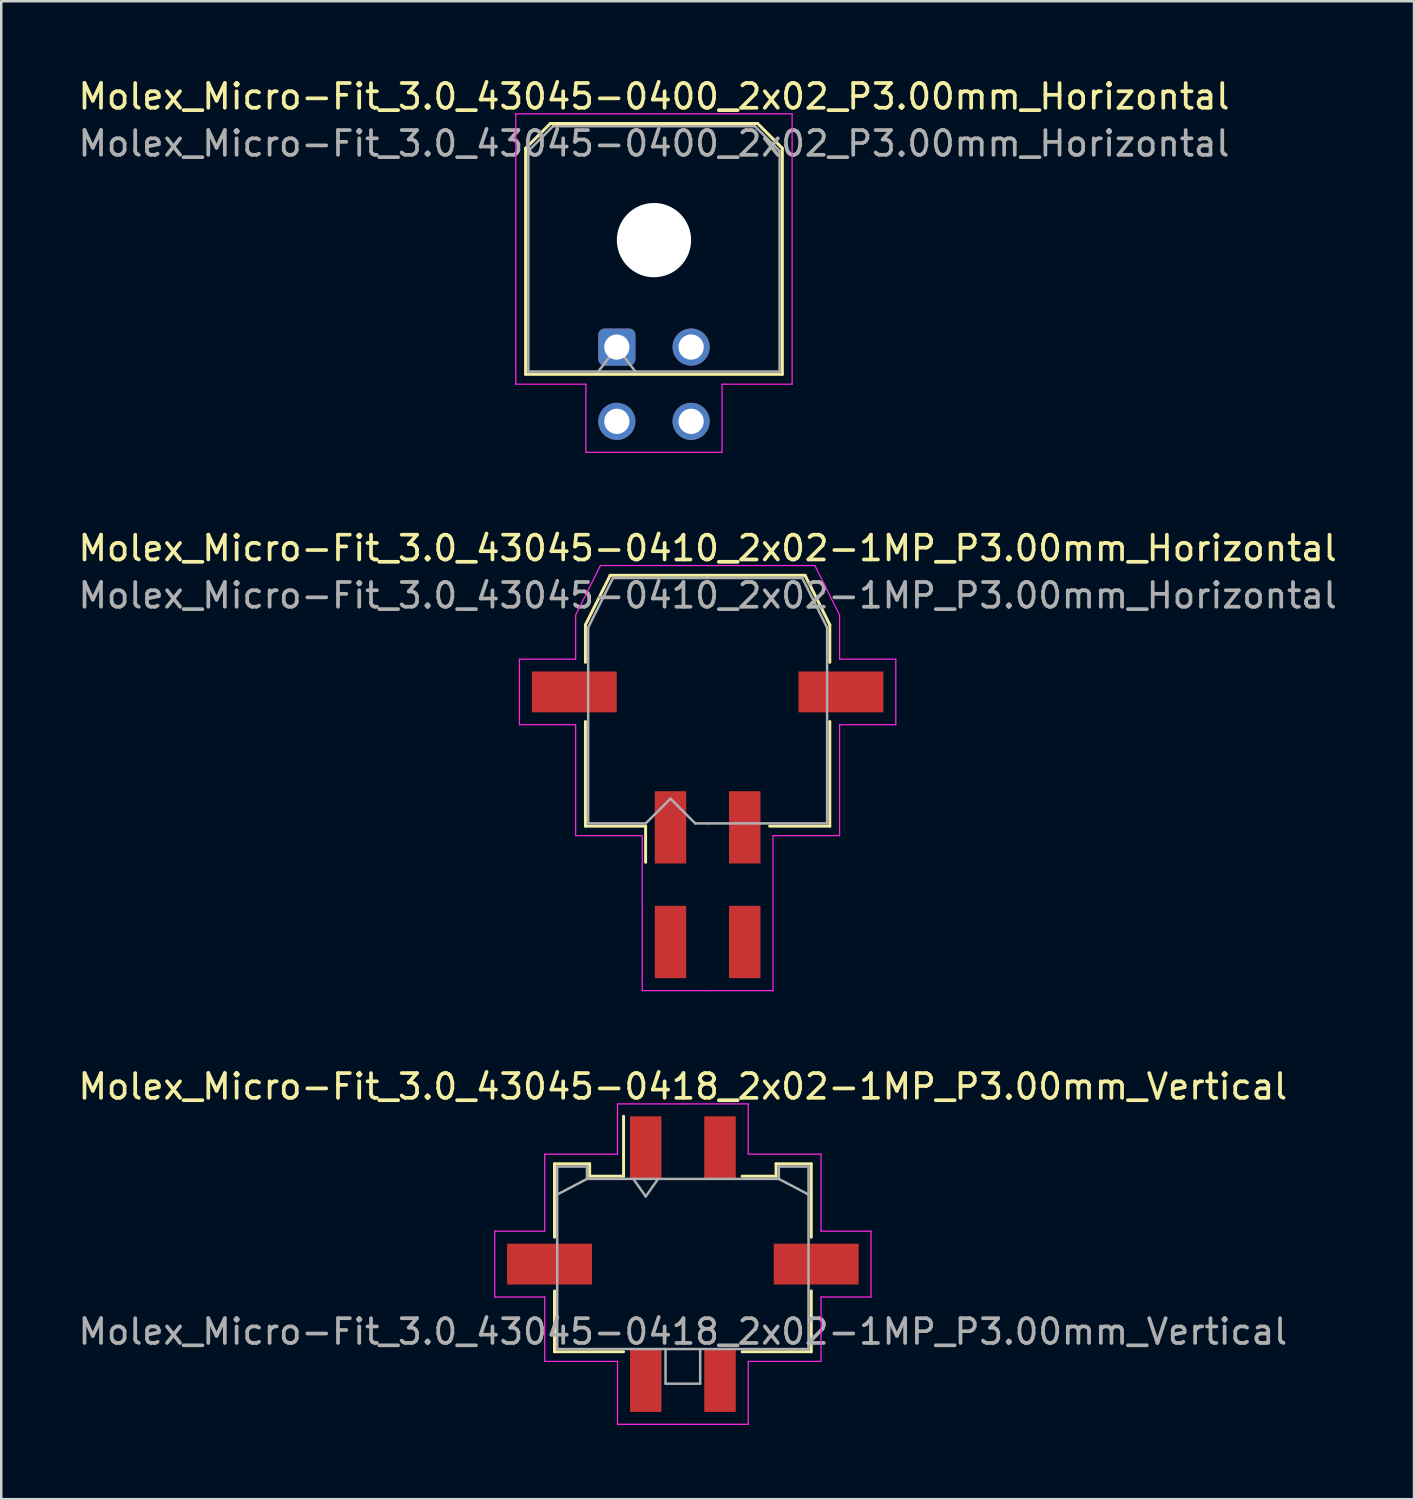
<source format=kicad_pcb>
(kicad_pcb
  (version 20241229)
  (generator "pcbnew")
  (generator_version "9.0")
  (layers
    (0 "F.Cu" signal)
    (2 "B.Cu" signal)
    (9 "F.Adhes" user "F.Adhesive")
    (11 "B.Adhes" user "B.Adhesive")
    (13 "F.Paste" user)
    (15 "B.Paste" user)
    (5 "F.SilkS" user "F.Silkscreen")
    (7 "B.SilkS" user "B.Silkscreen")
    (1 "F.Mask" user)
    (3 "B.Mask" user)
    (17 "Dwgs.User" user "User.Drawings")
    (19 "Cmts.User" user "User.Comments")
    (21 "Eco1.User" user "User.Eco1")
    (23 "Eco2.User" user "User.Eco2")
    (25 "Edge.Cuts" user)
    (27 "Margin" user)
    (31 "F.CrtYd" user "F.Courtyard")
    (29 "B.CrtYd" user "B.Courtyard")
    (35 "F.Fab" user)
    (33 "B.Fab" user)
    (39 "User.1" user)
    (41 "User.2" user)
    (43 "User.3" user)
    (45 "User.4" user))
  (footprint "Molex_Micro-Fit_3.0_43045-0400_2x02_P3.00mm_Horizontal"
    (layer "F.Cu")
    (at 21.863 10.968)
    (property "Reference" "Molex_Micro-Fit_3.0_43045-0400_2x02_P3.00mm_Horizontal" (at 1.5 -10.12 0) (layer "F.SilkS") (effects (font (size 1 1) (thickness 0.15))))
    (attr through_hole)
    (fp_line (start -3.685 -8.03) (end -2.685 -9.03) (stroke (width 0.12) (type solid)) (layer "F.SilkS"))
    (fp_line (start -3.685 1.1) (end -3.685 -8.03) (stroke (width 0.12) (type solid)) (layer "F.SilkS"))
    (fp_line (start -2.685 -9.03) (end 5.685 -9.03) (stroke (width 0.12) (type solid)) (layer "F.SilkS"))
    (fp_line (start 5.685 -9.03) (end 6.685 -8.03) (stroke (width 0.12) (type solid)) (layer "F.SilkS"))
    (fp_line (start 6.685 -8.03) (end 6.685 1.1) (stroke (width 0.12) (type solid)) (layer "F.SilkS"))
    (fp_line (start 6.685 1.1) (end -3.685 1.1) (stroke (width 0.12) (type solid)) (layer "F.SilkS"))
    (fp_line (start -4.08 -9.42) (end 7.08 -9.42) (stroke (width 0.05) (type solid)) (layer "F.CrtYd"))
    (fp_line (start -4.08 1.5) (end -4.08 -9.42) (stroke (width 0.05) (type solid)) (layer "F.CrtYd"))
    (fp_line (start -1.25 1.5) (end -4.08 1.5) (stroke (width 0.05) (type solid)) (layer "F.CrtYd"))
    (fp_line (start -1.25 4.25) (end -1.25 1.5) (stroke (width 0.05) (type solid)) (layer "F.CrtYd"))
    (fp_line (start 4.25 1.5) (end 4.25 4.25) (stroke (width 0.05) (type solid)) (layer "F.CrtYd"))
    (fp_line (start 4.25 4.25) (end -1.25 4.25) (stroke (width 0.05) (type solid)) (layer "F.CrtYd"))
    (fp_line (start 7.08 -9.42) (end 7.08 1.5) (stroke (width 0.05) (type solid)) (layer "F.CrtYd"))
    (fp_line (start 7.08 1.5) (end 4.25 1.5) (stroke (width 0.05) (type solid)) (layer "F.CrtYd"))
    (fp_line (start -3.575 -7.92) (end -2.575 -8.92) (stroke (width 0.1) (type solid)) (layer "F.Fab"))
    (fp_line (start -3.575 0.99) (end -3.575 -7.92) (stroke (width 0.1) (type solid)) (layer "F.Fab"))
    (fp_line (start -2.575 -8.92) (end 5.575 -8.92) (stroke (width 0.1) (type solid)) (layer "F.Fab"))
    (fp_line (start -0.75 0.99) (end 0 0) (stroke (width 0.1) (type solid)) (layer "F.Fab"))
    (fp_line (start 0 0) (end 0.75 0.99) (stroke (width 0.1) (type solid)) (layer "F.Fab"))
    (fp_line (start 5.575 -8.92) (end 6.575 -7.92) (stroke (width 0.1) (type solid)) (layer "F.Fab"))
    (fp_line (start 6.575 -7.92) (end 6.575 0.99) (stroke (width 0.1) (type solid)) (layer "F.Fab"))
    (fp_line (start 6.575 0.99) (end -3.575 0.99) (stroke (width 0.1) (type solid)) (layer "F.Fab"))
    (fp_text user "${REFERENCE}" (at 1.5 -8.22 0) (layer "F.Fab") (effects (font (size 1 1) (thickness 0.15))))
    (pad "" np_thru_hole circle (at 1.5 -4.32) (size 3 3) (drill 3) (layers "*.Cu" "*.Mask"))
    (pad "1" thru_hole roundrect (at 0 0) (size 1.5 1.5) (drill 1.02) (layers "*.Cu" "*.Mask") (roundrect_rratio 0.167))
    (pad "2" thru_hole circle (at 3 0) (size 1.5 1.5) (drill 1.02) (layers "*.Cu" "*.Mask"))
    (pad "3" thru_hole circle (at 0 3) (size 1.5 1.5) (drill 1.02) (layers "*.Cu" "*.Mask"))
    (pad "4" thru_hole circle (at 3 3) (size 1.5 1.5) (drill 1.02) (layers "*.Cu" "*.Mask")))
  (footprint "Molex_Micro-Fit_3.0_43045-0410_2x02-1MP_P3.00mm_Horizontal"
    (layer "F.Cu")
    (at 25.53 32.681)
    (property "Reference" "Molex_Micro-Fit_3.0_43045-0410_2x02-1MP_P3.00mm_Horizontal" (at 0 -13.59 0) (layer "F.SilkS") (effects (font (size 1 1) (thickness 0.15))))
    (attr smd)
    (fp_line (start -4.935 -10.495) (end -4.935 -8.98) (stroke (width 0.12) (type solid)) (layer "F.SilkS"))
    (fp_line (start -4.935 -6.59) (end -4.935 -2.365) (stroke (width 0.12) (type solid)) (layer "F.SilkS"))
    (fp_line (start -4.935 -2.365) (end -2.505 -2.365) (stroke (width 0.12) (type solid)) (layer "F.SilkS"))
    (fp_line (start -3.935 -12.495) (end -4.935 -10.495) (stroke (width 0.12) (type solid)) (layer "F.SilkS"))
    (fp_line (start -2.505 -2.365) (end -2.505 -0.905) (stroke (width 0.12) (type solid)) (layer "F.SilkS"))
    (fp_line (start 0 -12.495) (end -3.935 -12.495) (stroke (width 0.12) (type solid)) (layer "F.SilkS"))
    (fp_line (start 0 -12.495) (end 3.935 -12.495) (stroke (width 0.12) (type solid)) (layer "F.SilkS"))
    (fp_line (start 3.935 -12.495) (end 4.935 -10.495) (stroke (width 0.12) (type solid)) (layer "F.SilkS"))
    (fp_line (start 4.935 -10.495) (end 4.935 -8.98) (stroke (width 0.12) (type solid)) (layer "F.SilkS"))
    (fp_line (start 4.935 -6.59) (end 4.935 -2.365) (stroke (width 0.12) (type solid)) (layer "F.SilkS"))
    (fp_line (start 4.935 -2.365) (end 2.505 -2.365) (stroke (width 0.12) (type solid)) (layer "F.SilkS"))
    (fp_line (start -7.6 -9.11) (end -7.6 -6.46) (stroke (width 0.05) (type solid)) (layer "F.CrtYd"))
    (fp_line (start -7.6 -6.46) (end -5.33 -6.46) (stroke (width 0.05) (type solid)) (layer "F.CrtYd"))
    (fp_line (start -5.33 -10.89) (end -5.33 -9.11) (stroke (width 0.05) (type solid)) (layer "F.CrtYd"))
    (fp_line (start -5.33 -9.11) (end -7.6 -9.11) (stroke (width 0.05) (type solid)) (layer "F.CrtYd"))
    (fp_line (start -5.33 -6.46) (end -5.33 -1.98) (stroke (width 0.05) (type solid)) (layer "F.CrtYd"))
    (fp_line (start -5.33 -1.98) (end -2.64 -1.98) (stroke (width 0.05) (type solid)) (layer "F.CrtYd"))
    (fp_line (start -4.33 -12.89) (end -5.33 -10.89) (stroke (width 0.05) (type solid)) (layer "F.CrtYd"))
    (fp_line (start -2.64 -1.98) (end -2.64 4.28) (stroke (width 0.05) (type solid)) (layer "F.CrtYd"))
    (fp_line (start -2.64 4.28) (end 0 4.28) (stroke (width 0.05) (type solid)) (layer "F.CrtYd"))
    (fp_line (start 0 -12.89) (end -4.33 -12.89) (stroke (width 0.05) (type solid)) (layer "F.CrtYd"))
    (fp_line (start 0 -12.89) (end 4.33 -12.89) (stroke (width 0.05) (type solid)) (layer "F.CrtYd"))
    (fp_line (start 2.64 -1.98) (end 2.64 4.28) (stroke (width 0.05) (type solid)) (layer "F.CrtYd"))
    (fp_line (start 2.64 4.28) (end 0 4.28) (stroke (width 0.05) (type solid)) (layer "F.CrtYd"))
    (fp_line (start 4.33 -12.89) (end 5.33 -10.89) (stroke (width 0.05) (type solid)) (layer "F.CrtYd"))
    (fp_line (start 5.33 -10.89) (end 5.33 -9.11) (stroke (width 0.05) (type solid)) (layer "F.CrtYd"))
    (fp_line (start 5.33 -9.11) (end 7.6 -9.11) (stroke (width 0.05) (type solid)) (layer "F.CrtYd"))
    (fp_line (start 5.33 -6.46) (end 5.33 -1.98) (stroke (width 0.05) (type solid)) (layer "F.CrtYd"))
    (fp_line (start 5.33 -1.98) (end 2.64 -1.98) (stroke (width 0.05) (type solid)) (layer "F.CrtYd"))
    (fp_line (start 7.6 -9.11) (end 7.6 -6.46) (stroke (width 0.05) (type solid)) (layer "F.CrtYd"))
    (fp_line (start 7.6 -6.46) (end 5.33 -6.46) (stroke (width 0.05) (type solid)) (layer "F.CrtYd"))
    (fp_line (start -4.825 -10.385) (end -4.825 -8.61) (stroke (width 0.1) (type solid)) (layer "F.Fab"))
    (fp_line (start -4.825 -8.61) (end -4.825 -2.475) (stroke (width 0.1) (type solid)) (layer "F.Fab"))
    (fp_line (start -4.825 -2.475) (end -2.5 -2.475) (stroke (width 0.1) (type solid)) (layer "F.Fab"))
    (fp_line (start -3.825 -12.385) (end -4.825 -10.385) (stroke (width 0.1) (type solid)) (layer "F.Fab"))
    (fp_line (start -2.5 -2.475) (end -1.5 -3.475) (stroke (width 0.1) (type solid)) (layer "F.Fab"))
    (fp_line (start -1.5 -3.475) (end -0.5 -2.475) (stroke (width 0.1) (type solid)) (layer "F.Fab"))
    (fp_line (start -0.5 -2.475) (end 0 -2.475) (stroke (width 0.1) (type solid)) (layer "F.Fab"))
    (fp_line (start 0 -12.385) (end -3.825 -12.385) (stroke (width 0.1) (type solid)) (layer "F.Fab"))
    (fp_line (start 0 -12.385) (end 3.825 -12.385) (stroke (width 0.1) (type solid)) (layer "F.Fab"))
    (fp_line (start 2.135 -2.475) (end 0 -2.475) (stroke (width 0.1) (type solid)) (layer "F.Fab"))
    (fp_line (start 3.825 -12.385) (end 4.825 -10.385) (stroke (width 0.1) (type solid)) (layer "F.Fab"))
    (fp_line (start 4.825 -10.385) (end 4.825 -8.61) (stroke (width 0.1) (type solid)) (layer "F.Fab"))
    (fp_line (start 4.825 -8.61) (end 4.825 -2.475) (stroke (width 0.1) (type solid)) (layer "F.Fab"))
    (fp_line (start 4.825 -2.475) (end 2.135 -2.475) (stroke (width 0.1) (type solid)) (layer "F.Fab"))
    (fp_text user "${REFERENCE}" (at 0 -11.68 0) (layer "F.Fab") (effects (font (size 1 1) (thickness 0.15))))
    (pad "1" smd rect (at -1.5 -2.315) (size 1.27 2.92) (layers "F.Cu" "F.Mask" "F.Paste"))
    (pad "2" smd rect (at 1.5 -2.315) (size 1.27 2.92) (layers "F.Cu" "F.Mask" "F.Paste"))
    (pad "3" smd rect (at -1.5 2.315) (size 1.27 2.92) (layers "F.Cu" "F.Mask" "F.Paste"))
    (pad "4" smd rect (at 1.5 2.315) (size 1.27 2.92) (layers "F.Cu" "F.Mask" "F.Paste"))
    (pad "MP" smd rect (at -5.385 -7.785) (size 3.43 1.65) (layers "F.Cu" "F.Mask" "F.Paste"))
    (pad "MP" smd rect (at 5.385 -7.785) (size 3.43 1.65) (layers "F.Cu" "F.Mask" "F.Paste")))
  (footprint "Molex_Micro-Fit_3.0_43045-0418_2x02-1MP_P3.00mm_Vertical"
    (layer "F.Cu")
    (at 24.53 48.005)
    (property "Reference" "Molex_Micro-Fit_3.0_43045-0418_2x02-1MP_P3.00mm_Vertical" (at 0 -7.17 0) (layer "F.SilkS") (effects (font (size 1 1) (thickness 0.15))))
    (attr smd)
    (fp_line (start -5.185 -4.05) (end -3.765 -4.05) (stroke (width 0.12) (type solid)) (layer "F.SilkS"))
    (fp_line (start -5.185 -1.085) (end -5.185 -4.05) (stroke (width 0.12) (type solid)) (layer "F.SilkS"))
    (fp_line (start -5.185 1.085) (end -5.185 3.54) (stroke (width 0.12) (type solid)) (layer "F.SilkS"))
    (fp_line (start -5.185 3.54) (end -2.395 3.54) (stroke (width 0.12) (type solid)) (layer "F.SilkS"))
    (fp_line (start -3.765 -4.05) (end -3.765 -3.55) (stroke (width 0.12) (type solid)) (layer "F.SilkS"))
    (fp_line (start -3.765 -3.55) (end -2.395 -3.55) (stroke (width 0.12) (type solid)) (layer "F.SilkS"))
    (fp_line (start -2.395 -3.55) (end -2.395 -5.97) (stroke (width 0.12) (type solid)) (layer "F.SilkS"))
    (fp_line (start 3.765 -4.05) (end 3.765 -3.55) (stroke (width 0.12) (type solid)) (layer "F.SilkS"))
    (fp_line (start 3.765 -3.55) (end 2.395 -3.55) (stroke (width 0.12) (type solid)) (layer "F.SilkS"))
    (fp_line (start 5.185 -4.05) (end 3.765 -4.05) (stroke (width 0.12) (type solid)) (layer "F.SilkS"))
    (fp_line (start 5.185 -1.085) (end 5.185 -4.05) (stroke (width 0.12) (type solid)) (layer "F.SilkS"))
    (fp_line (start 5.185 1.085) (end 5.185 3.54) (stroke (width 0.12) (type solid)) (layer "F.SilkS"))
    (fp_line (start 5.185 3.54) (end 2.395 3.54) (stroke (width 0.12) (type solid)) (layer "F.SilkS"))
    (fp_line (start -7.6 -1.33) (end -7.6 1.33) (stroke (width 0.05) (type solid)) (layer "F.CrtYd"))
    (fp_line (start -7.6 1.33) (end -5.58 1.33) (stroke (width 0.05) (type solid)) (layer "F.CrtYd"))
    (fp_line (start -5.58 -4.44) (end -5.58 -1.33) (stroke (width 0.05) (type solid)) (layer "F.CrtYd"))
    (fp_line (start -5.58 -1.33) (end -7.6 -1.33) (stroke (width 0.05) (type solid)) (layer "F.CrtYd"))
    (fp_line (start -5.58 1.33) (end -5.58 3.93) (stroke (width 0.05) (type solid)) (layer "F.CrtYd"))
    (fp_line (start -5.58 3.93) (end -2.64 3.93) (stroke (width 0.05) (type solid)) (layer "F.CrtYd"))
    (fp_line (start -2.64 -6.47) (end -2.64 -4.44) (stroke (width 0.05) (type solid)) (layer "F.CrtYd"))
    (fp_line (start -2.64 -4.44) (end -5.58 -4.44) (stroke (width 0.05) (type solid)) (layer "F.CrtYd"))
    (fp_line (start -2.64 3.93) (end -2.64 6.47) (stroke (width 0.05) (type solid)) (layer "F.CrtYd"))
    (fp_line (start -2.64 6.47) (end 0 6.47) (stroke (width 0.05) (type solid)) (layer "F.CrtYd"))
    (fp_line (start 0 -6.47) (end -2.64 -6.47) (stroke (width 0.05) (type solid)) (layer "F.CrtYd"))
    (fp_line (start 0 -6.47) (end 2.64 -6.47) (stroke (width 0.05) (type solid)) (layer "F.CrtYd"))
    (fp_line (start 2.64 -6.47) (end 2.64 -4.44) (stroke (width 0.05) (type solid)) (layer "F.CrtYd"))
    (fp_line (start 2.64 -4.44) (end 5.58 -4.44) (stroke (width 0.05) (type solid)) (layer "F.CrtYd"))
    (fp_line (start 2.64 3.93) (end 2.64 6.47) (stroke (width 0.05) (type solid)) (layer "F.CrtYd"))
    (fp_line (start 2.64 6.47) (end 0 6.47) (stroke (width 0.05) (type solid)) (layer "F.CrtYd"))
    (fp_line (start 5.58 -4.44) (end 5.58 -1.33) (stroke (width 0.05) (type solid)) (layer "F.CrtYd"))
    (fp_line (start 5.58 -1.33) (end 7.6 -1.33) (stroke (width 0.05) (type solid)) (layer "F.CrtYd"))
    (fp_line (start 5.58 1.33) (end 5.58 3.93) (stroke (width 0.05) (type solid)) (layer "F.CrtYd"))
    (fp_line (start 5.58 3.93) (end 2.64 3.93) (stroke (width 0.05) (type solid)) (layer "F.CrtYd"))
    (fp_line (start 7.6 -1.33) (end 7.6 1.33) (stroke (width 0.05) (type solid)) (layer "F.CrtYd"))
    (fp_line (start 7.6 1.33) (end 5.58 1.33) (stroke (width 0.05) (type solid)) (layer "F.CrtYd"))
    (fp_line (start -5.075 -3.94) (end -5.075 3.43) (stroke (width 0.1) (type solid)) (layer "F.Fab"))
    (fp_line (start -5.075 -2.81) (end -3.875 -3.44) (stroke (width 0.1) (type solid)) (layer "F.Fab"))
    (fp_line (start -5.075 3.43) (end 5.075 3.43) (stroke (width 0.1) (type solid)) (layer "F.Fab"))
    (fp_line (start -3.875 -3.94) (end -5.075 -3.94) (stroke (width 0.1) (type solid)) (layer "F.Fab"))
    (fp_line (start -3.875 -3.44) (end -3.875 -3.94) (stroke (width 0.1) (type solid)) (layer "F.Fab"))
    (fp_line (start -2 -3.44) (end -1.5 -2.733) (stroke (width 0.1) (type solid)) (layer "F.Fab"))
    (fp_line (start -1.5 -2.733) (end -1 -3.44) (stroke (width 0.1) (type solid)) (layer "F.Fab"))
    (fp_line (start -0.7 3.43) (end -0.7 4.83) (stroke (width 0.1) (type solid)) (layer "F.Fab"))
    (fp_line (start -0.7 4.83) (end 0.7 4.83) (stroke (width 0.1) (type solid)) (layer "F.Fab"))
    (fp_line (start 0.7 4.83) (end 0.7 3.43) (stroke (width 0.1) (type solid)) (layer "F.Fab"))
    (fp_line (start 3.875 -3.94) (end 3.875 -3.44) (stroke (width 0.1) (type solid)) (layer "F.Fab"))
    (fp_line (start 3.875 -3.44) (end -3.875 -3.44) (stroke (width 0.1) (type solid)) (layer "F.Fab"))
    (fp_line (start 5.075 -3.94) (end 3.875 -3.94) (stroke (width 0.1) (type solid)) (layer "F.Fab"))
    (fp_line (start 5.075 -2.81) (end 3.875 -3.44) (stroke (width 0.1) (type solid)) (layer "F.Fab"))
    (fp_line (start 5.075 3.43) (end 5.075 -3.94) (stroke (width 0.1) (type solid)) (layer "F.Fab"))
    (fp_text user "${REFERENCE}" (at 0 2.73 0) (layer "F.Fab") (effects (font (size 1 1) (thickness 0.15))))
    (pad "1" smd rect (at -1.5 -4.7) (size 1.27 2.54) (layers "F.Cu" "F.Mask" "F.Paste"))
    (pad "2" smd rect (at 1.5 -4.7) (size 1.27 2.54) (layers "F.Cu" "F.Mask" "F.Paste"))
    (pad "3" smd rect (at -1.5 4.7) (size 1.27 2.54) (layers "F.Cu" "F.Mask" "F.Paste"))
    (pad "4" smd rect (at 1.5 4.7) (size 1.27 2.54) (layers "F.Cu" "F.Mask" "F.Paste"))
    (pad "MP" smd rect (at -5.385 0) (size 3.43 1.65) (layers "F.Cu" "F.Mask" "F.Paste"))
    (pad "MP" smd rect (at 5.385 0) (size 3.43 1.65) (layers "F.Cu" "F.Mask" "F.Paste")))
  (gr_rect
    (start -3 -3)
    (end 54.06 57.5)
    (stroke (width 0.1) (type default))
    (fill no)
    (layer "Edge.Cuts")))
</source>
